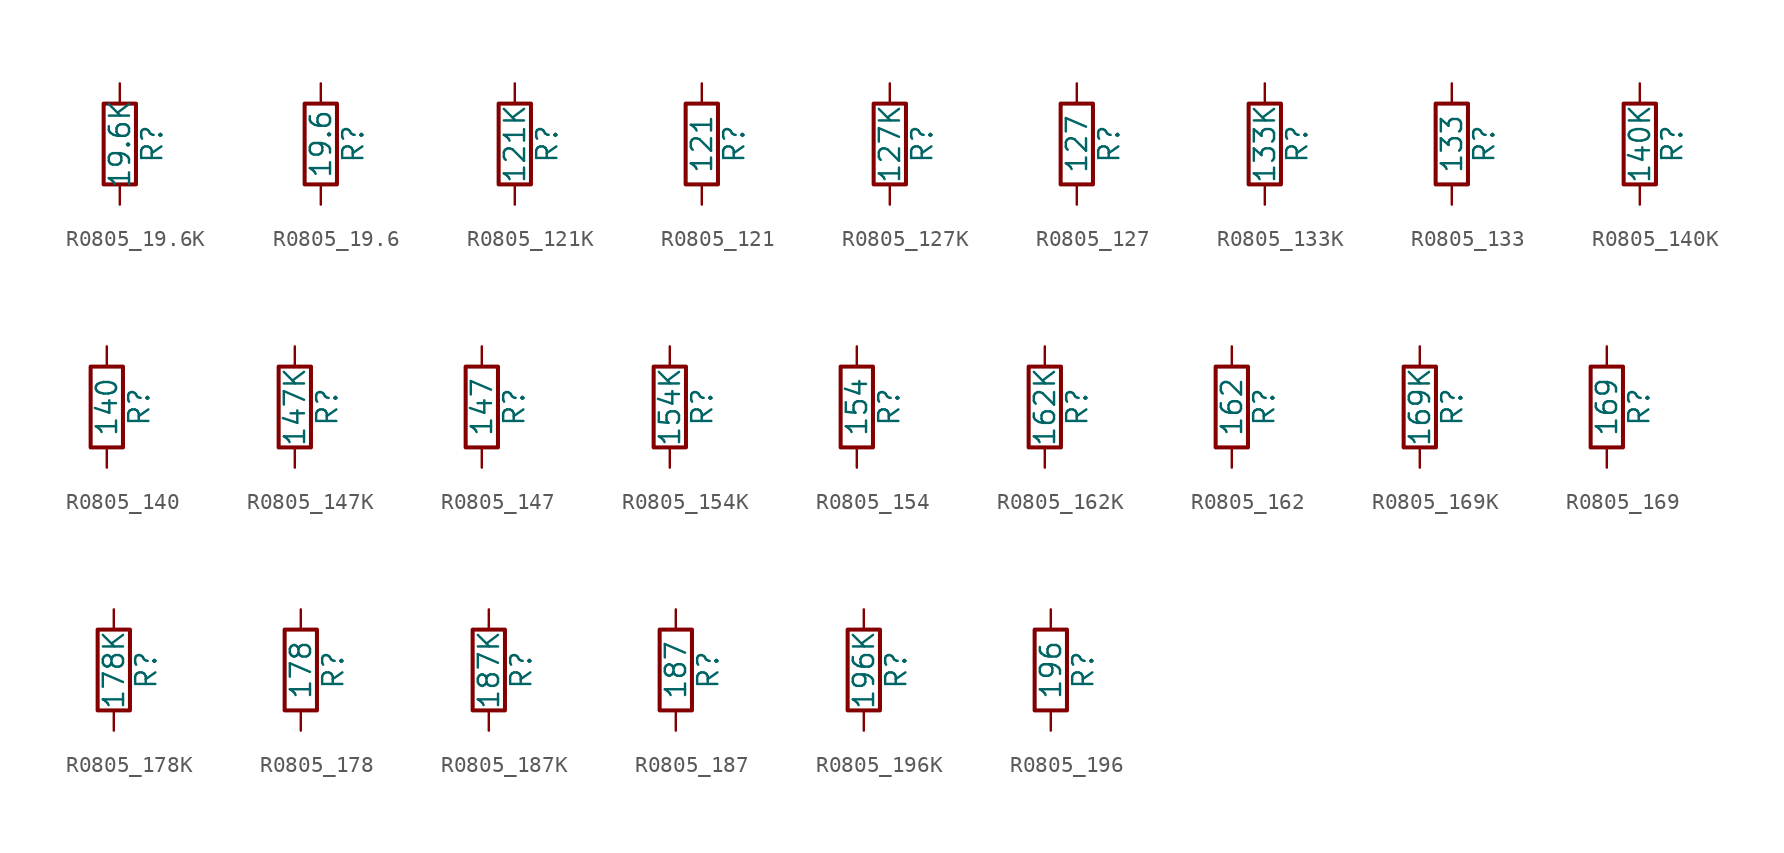
<source format=kicad_sym>
(kicad_symbol_lib
  (version 20211014)
  (generator atlantix-eda)
  (symbol "R0805_19.6K"
    (pin_numbers hide)
    (pin_names
      (offset 0))
    (property "Reference" "R"
      (at 2.032 0 90)
      (effects (font (size 1.27 1.27))))
    (property "Value" "19.6K"
      (at 0 0 90)
      (effects (font (size 1.27 1.27))))
    (symbol "R0805_19.6K_0_1"
      (rectangle (start -1.016 -2.54) (end 1.016 2.54) (stroke (width 0.254) (type default) (color 0 0 0 0)) (fill (type none))))
    (symbol "R0805_19.6K_1_1"
      (pin passive line (at 0 3.81 270) (length 1.27) (name "~" (effects (font (size 1.27 1.27)))) (number "1" (effects (font (size 1.27 1.27)))))
      (pin passive line (at 0 -3.81 90) (length 1.27) (name "~" (effects (font (size 1.27 1.27)))) (number "2" (effects (font (size 1.27 1.27)))))))
  (symbol "R0805_19.6"
    (pin_numbers hide)
    (pin_names
      (offset 0))
    (property "Reference" "R"
      (at 2.032 0 90)
      (effects (font (size 1.27 1.27))))
    (property "Value" "19.6"
      (at 0 0 90)
      (effects (font (size 1.27 1.27))))
    (symbol "R0805_19.6_0_1"
      (rectangle (start -1.016 -2.54) (end 1.016 2.54) (stroke (width 0.254) (type default) (color 0 0 0 0)) (fill (type none))))
    (symbol "R0805_19.6_1_1"
      (pin passive line (at 0 3.81 270) (length 1.27) (name "~" (effects (font (size 1.27 1.27)))) (number "1" (effects (font (size 1.27 1.27)))))
      (pin passive line (at 0 -3.81 90) (length 1.27) (name "~" (effects (font (size 1.27 1.27)))) (number "2" (effects (font (size 1.27 1.27)))))))
  (symbol "R0805_121K"
    (pin_numbers hide)
    (pin_names
      (offset 0))
    (property "Reference" "R"
      (at 2.032 0 90)
      (effects (font (size 1.27 1.27))))
    (property "Value" "121K"
      (at 0 0 90)
      (effects (font (size 1.27 1.27))))
    (symbol "R0805_121K_0_1"
      (rectangle (start -1.016 -2.54) (end 1.016 2.54) (stroke (width 0.254) (type default) (color 0 0 0 0)) (fill (type none))))
    (symbol "R0805_121K_1_1"
      (pin passive line (at 0 3.81 270) (length 1.27) (name "~" (effects (font (size 1.27 1.27)))) (number "1" (effects (font (size 1.27 1.27)))))
      (pin passive line (at 0 -3.81 90) (length 1.27) (name "~" (effects (font (size 1.27 1.27)))) (number "2" (effects (font (size 1.27 1.27)))))))
  (symbol "R0805_121"
    (pin_numbers hide)
    (pin_names
      (offset 0))
    (property "Reference" "R"
      (at 2.032 0 90)
      (effects (font (size 1.27 1.27))))
    (property "Value" "121"
      (at 0 0 90)
      (effects (font (size 1.27 1.27))))
    (symbol "R0805_121_0_1"
      (rectangle (start -1.016 -2.54) (end 1.016 2.54) (stroke (width 0.254) (type default) (color 0 0 0 0)) (fill (type none))))
    (symbol "R0805_121_1_1"
      (pin passive line (at 0 3.81 270) (length 1.27) (name "~" (effects (font (size 1.27 1.27)))) (number "1" (effects (font (size 1.27 1.27)))))
      (pin passive line (at 0 -3.81 90) (length 1.27) (name "~" (effects (font (size 1.27 1.27)))) (number "2" (effects (font (size 1.27 1.27)))))))
  (symbol "R0805_127K"
    (pin_numbers hide)
    (pin_names
      (offset 0))
    (property "Reference" "R"
      (at 2.032 0 90)
      (effects (font (size 1.27 1.27))))
    (property "Value" "127K"
      (at 0 0 90)
      (effects (font (size 1.27 1.27))))
    (symbol "R0805_127K_0_1"
      (rectangle (start -1.016 -2.54) (end 1.016 2.54) (stroke (width 0.254) (type default) (color 0 0 0 0)) (fill (type none))))
    (symbol "R0805_127K_1_1"
      (pin passive line (at 0 3.81 270) (length 1.27) (name "~" (effects (font (size 1.27 1.27)))) (number "1" (effects (font (size 1.27 1.27)))))
      (pin passive line (at 0 -3.81 90) (length 1.27) (name "~" (effects (font (size 1.27 1.27)))) (number "2" (effects (font (size 1.27 1.27)))))))
  (symbol "R0805_127"
    (pin_numbers hide)
    (pin_names
      (offset 0))
    (property "Reference" "R"
      (at 2.032 0 90)
      (effects (font (size 1.27 1.27))))
    (property "Value" "127"
      (at 0 0 90)
      (effects (font (size 1.27 1.27))))
    (symbol "R0805_127_0_1"
      (rectangle (start -1.016 -2.54) (end 1.016 2.54) (stroke (width 0.254) (type default) (color 0 0 0 0)) (fill (type none))))
    (symbol "R0805_127_1_1"
      (pin passive line (at 0 3.81 270) (length 1.27) (name "~" (effects (font (size 1.27 1.27)))) (number "1" (effects (font (size 1.27 1.27)))))
      (pin passive line (at 0 -3.81 90) (length 1.27) (name "~" (effects (font (size 1.27 1.27)))) (number "2" (effects (font (size 1.27 1.27)))))))
  (symbol "R0805_133K"
    (pin_numbers hide)
    (pin_names
      (offset 0))
    (property "Reference" "R"
      (at 2.032 0 90)
      (effects (font (size 1.27 1.27))))
    (property "Value" "133K"
      (at 0 0 90)
      (effects (font (size 1.27 1.27))))
    (symbol "R0805_133K_0_1"
      (rectangle (start -1.016 -2.54) (end 1.016 2.54) (stroke (width 0.254) (type default) (color 0 0 0 0)) (fill (type none))))
    (symbol "R0805_133K_1_1"
      (pin passive line (at 0 3.81 270) (length 1.27) (name "~" (effects (font (size 1.27 1.27)))) (number "1" (effects (font (size 1.27 1.27)))))
      (pin passive line (at 0 -3.81 90) (length 1.27) (name "~" (effects (font (size 1.27 1.27)))) (number "2" (effects (font (size 1.27 1.27)))))))
  (symbol "R0805_133"
    (pin_numbers hide)
    (pin_names
      (offset 0))
    (property "Reference" "R"
      (at 2.032 0 90)
      (effects (font (size 1.27 1.27))))
    (property "Value" "133"
      (at 0 0 90)
      (effects (font (size 1.27 1.27))))
    (symbol "R0805_133_0_1"
      (rectangle (start -1.016 -2.54) (end 1.016 2.54) (stroke (width 0.254) (type default) (color 0 0 0 0)) (fill (type none))))
    (symbol "R0805_133_1_1"
      (pin passive line (at 0 3.81 270) (length 1.27) (name "~" (effects (font (size 1.27 1.27)))) (number "1" (effects (font (size 1.27 1.27)))))
      (pin passive line (at 0 -3.81 90) (length 1.27) (name "~" (effects (font (size 1.27 1.27)))) (number "2" (effects (font (size 1.27 1.27)))))))
  (symbol "R0805_140K"
    (pin_numbers hide)
    (pin_names
      (offset 0))
    (property "Reference" "R"
      (at 2.032 0 90)
      (effects (font (size 1.27 1.27))))
    (property "Value" "140K"
      (at 0 0 90)
      (effects (font (size 1.27 1.27))))
    (symbol "R0805_140K_0_1"
      (rectangle (start -1.016 -2.54) (end 1.016 2.54) (stroke (width 0.254) (type default) (color 0 0 0 0)) (fill (type none))))
    (symbol "R0805_140K_1_1"
      (pin passive line (at 0 3.81 270) (length 1.27) (name "~" (effects (font (size 1.27 1.27)))) (number "1" (effects (font (size 1.27 1.27)))))
      (pin passive line (at 0 -3.81 90) (length 1.27) (name "~" (effects (font (size 1.27 1.27)))) (number "2" (effects (font (size 1.27 1.27)))))))
  (symbol "R0805_140"
    (pin_numbers hide)
    (pin_names
      (offset 0))
    (property "Reference" "R"
      (at 2.032 0 90)
      (effects (font (size 1.27 1.27))))
    (property "Value" "140"
      (at 0 0 90)
      (effects (font (size 1.27 1.27))))
    (symbol "R0805_140_0_1"
      (rectangle (start -1.016 -2.54) (end 1.016 2.54) (stroke (width 0.254) (type default) (color 0 0 0 0)) (fill (type none))))
    (symbol "R0805_140_1_1"
      (pin passive line (at 0 3.81 270) (length 1.27) (name "~" (effects (font (size 1.27 1.27)))) (number "1" (effects (font (size 1.27 1.27)))))
      (pin passive line (at 0 -3.81 90) (length 1.27) (name "~" (effects (font (size 1.27 1.27)))) (number "2" (effects (font (size 1.27 1.27)))))))
  (symbol "R0805_147K"
    (pin_numbers hide)
    (pin_names
      (offset 0))
    (property "Reference" "R"
      (at 2.032 0 90)
      (effects (font (size 1.27 1.27))))
    (property "Value" "147K"
      (at 0 0 90)
      (effects (font (size 1.27 1.27))))
    (symbol "R0805_147K_0_1"
      (rectangle (start -1.016 -2.54) (end 1.016 2.54) (stroke (width 0.254) (type default) (color 0 0 0 0)) (fill (type none))))
    (symbol "R0805_147K_1_1"
      (pin passive line (at 0 3.81 270) (length 1.27) (name "~" (effects (font (size 1.27 1.27)))) (number "1" (effects (font (size 1.27 1.27)))))
      (pin passive line (at 0 -3.81 90) (length 1.27) (name "~" (effects (font (size 1.27 1.27)))) (number "2" (effects (font (size 1.27 1.27)))))))
  (symbol "R0805_147"
    (pin_numbers hide)
    (pin_names
      (offset 0))
    (property "Reference" "R"
      (at 2.032 0 90)
      (effects (font (size 1.27 1.27))))
    (property "Value" "147"
      (at 0 0 90)
      (effects (font (size 1.27 1.27))))
    (symbol "R0805_147_0_1"
      (rectangle (start -1.016 -2.54) (end 1.016 2.54) (stroke (width 0.254) (type default) (color 0 0 0 0)) (fill (type none))))
    (symbol "R0805_147_1_1"
      (pin passive line (at 0 3.81 270) (length 1.27) (name "~" (effects (font (size 1.27 1.27)))) (number "1" (effects (font (size 1.27 1.27)))))
      (pin passive line (at 0 -3.81 90) (length 1.27) (name "~" (effects (font (size 1.27 1.27)))) (number "2" (effects (font (size 1.27 1.27)))))))
  (symbol "R0805_154K"
    (pin_numbers hide)
    (pin_names
      (offset 0))
    (property "Reference" "R"
      (at 2.032 0 90)
      (effects (font (size 1.27 1.27))))
    (property "Value" "154K"
      (at 0 0 90)
      (effects (font (size 1.27 1.27))))
    (symbol "R0805_154K_0_1"
      (rectangle (start -1.016 -2.54) (end 1.016 2.54) (stroke (width 0.254) (type default) (color 0 0 0 0)) (fill (type none))))
    (symbol "R0805_154K_1_1"
      (pin passive line (at 0 3.81 270) (length 1.27) (name "~" (effects (font (size 1.27 1.27)))) (number "1" (effects (font (size 1.27 1.27)))))
      (pin passive line (at 0 -3.81 90) (length 1.27) (name "~" (effects (font (size 1.27 1.27)))) (number "2" (effects (font (size 1.27 1.27)))))))
  (symbol "R0805_154"
    (pin_numbers hide)
    (pin_names
      (offset 0))
    (property "Reference" "R"
      (at 2.032 0 90)
      (effects (font (size 1.27 1.27))))
    (property "Value" "154"
      (at 0 0 90)
      (effects (font (size 1.27 1.27))))
    (symbol "R0805_154_0_1"
      (rectangle (start -1.016 -2.54) (end 1.016 2.54) (stroke (width 0.254) (type default) (color 0 0 0 0)) (fill (type none))))
    (symbol "R0805_154_1_1"
      (pin passive line (at 0 3.81 270) (length 1.27) (name "~" (effects (font (size 1.27 1.27)))) (number "1" (effects (font (size 1.27 1.27)))))
      (pin passive line (at 0 -3.81 90) (length 1.27) (name "~" (effects (font (size 1.27 1.27)))) (number "2" (effects (font (size 1.27 1.27)))))))
  (symbol "R0805_162K"
    (pin_numbers hide)
    (pin_names
      (offset 0))
    (property "Reference" "R"
      (at 2.032 0 90)
      (effects (font (size 1.27 1.27))))
    (property "Value" "162K"
      (at 0 0 90)
      (effects (font (size 1.27 1.27))))
    (symbol "R0805_162K_0_1"
      (rectangle (start -1.016 -2.54) (end 1.016 2.54) (stroke (width 0.254) (type default) (color 0 0 0 0)) (fill (type none))))
    (symbol "R0805_162K_1_1"
      (pin passive line (at 0 3.81 270) (length 1.27) (name "~" (effects (font (size 1.27 1.27)))) (number "1" (effects (font (size 1.27 1.27)))))
      (pin passive line (at 0 -3.81 90) (length 1.27) (name "~" (effects (font (size 1.27 1.27)))) (number "2" (effects (font (size 1.27 1.27)))))))
  (symbol "R0805_162"
    (pin_numbers hide)
    (pin_names
      (offset 0))
    (property "Reference" "R"
      (at 2.032 0 90)
      (effects (font (size 1.27 1.27))))
    (property "Value" "162"
      (at 0 0 90)
      (effects (font (size 1.27 1.27))))
    (symbol "R0805_162_0_1"
      (rectangle (start -1.016 -2.54) (end 1.016 2.54) (stroke (width 0.254) (type default) (color 0 0 0 0)) (fill (type none))))
    (symbol "R0805_162_1_1"
      (pin passive line (at 0 3.81 270) (length 1.27) (name "~" (effects (font (size 1.27 1.27)))) (number "1" (effects (font (size 1.27 1.27)))))
      (pin passive line (at 0 -3.81 90) (length 1.27) (name "~" (effects (font (size 1.27 1.27)))) (number "2" (effects (font (size 1.27 1.27)))))))
  (symbol "R0805_169K"
    (pin_numbers hide)
    (pin_names
      (offset 0))
    (property "Reference" "R"
      (at 2.032 0 90)
      (effects (font (size 1.27 1.27))))
    (property "Value" "169K"
      (at 0 0 90)
      (effects (font (size 1.27 1.27))))
    (symbol "R0805_169K_0_1"
      (rectangle (start -1.016 -2.54) (end 1.016 2.54) (stroke (width 0.254) (type default) (color 0 0 0 0)) (fill (type none))))
    (symbol "R0805_169K_1_1"
      (pin passive line (at 0 3.81 270) (length 1.27) (name "~" (effects (font (size 1.27 1.27)))) (number "1" (effects (font (size 1.27 1.27)))))
      (pin passive line (at 0 -3.81 90) (length 1.27) (name "~" (effects (font (size 1.27 1.27)))) (number "2" (effects (font (size 1.27 1.27)))))))
  (symbol "R0805_169"
    (pin_numbers hide)
    (pin_names
      (offset 0))
    (property "Reference" "R"
      (at 2.032 0 90)
      (effects (font (size 1.27 1.27))))
    (property "Value" "169"
      (at 0 0 90)
      (effects (font (size 1.27 1.27))))
    (symbol "R0805_169_0_1"
      (rectangle (start -1.016 -2.54) (end 1.016 2.54) (stroke (width 0.254) (type default) (color 0 0 0 0)) (fill (type none))))
    (symbol "R0805_169_1_1"
      (pin passive line (at 0 3.81 270) (length 1.27) (name "~" (effects (font (size 1.27 1.27)))) (number "1" (effects (font (size 1.27 1.27)))))
      (pin passive line (at 0 -3.81 90) (length 1.27) (name "~" (effects (font (size 1.27 1.27)))) (number "2" (effects (font (size 1.27 1.27)))))))
  (symbol "R0805_178K"
    (pin_numbers hide)
    (pin_names
      (offset 0))
    (property "Reference" "R"
      (at 2.032 0 90)
      (effects (font (size 1.27 1.27))))
    (property "Value" "178K"
      (at 0 0 90)
      (effects (font (size 1.27 1.27))))
    (symbol "R0805_178K_0_1"
      (rectangle (start -1.016 -2.54) (end 1.016 2.54) (stroke (width 0.254) (type default) (color 0 0 0 0)) (fill (type none))))
    (symbol "R0805_178K_1_1"
      (pin passive line (at 0 3.81 270) (length 1.27) (name "~" (effects (font (size 1.27 1.27)))) (number "1" (effects (font (size 1.27 1.27)))))
      (pin passive line (at 0 -3.81 90) (length 1.27) (name "~" (effects (font (size 1.27 1.27)))) (number "2" (effects (font (size 1.27 1.27)))))))
  (symbol "R0805_178"
    (pin_numbers hide)
    (pin_names
      (offset 0))
    (property "Reference" "R"
      (at 2.032 0 90)
      (effects (font (size 1.27 1.27))))
    (property "Value" "178"
      (at 0 0 90)
      (effects (font (size 1.27 1.27))))
    (symbol "R0805_178_0_1"
      (rectangle (start -1.016 -2.54) (end 1.016 2.54) (stroke (width 0.254) (type default) (color 0 0 0 0)) (fill (type none))))
    (symbol "R0805_178_1_1"
      (pin passive line (at 0 3.81 270) (length 1.27) (name "~" (effects (font (size 1.27 1.27)))) (number "1" (effects (font (size 1.27 1.27)))))
      (pin passive line (at 0 -3.81 90) (length 1.27) (name "~" (effects (font (size 1.27 1.27)))) (number "2" (effects (font (size 1.27 1.27)))))))
  (symbol "R0805_187K"
    (pin_numbers hide)
    (pin_names
      (offset 0))
    (property "Reference" "R"
      (at 2.032 0 90)
      (effects (font (size 1.27 1.27))))
    (property "Value" "187K"
      (at 0 0 90)
      (effects (font (size 1.27 1.27))))
    (symbol "R0805_187K_0_1"
      (rectangle (start -1.016 -2.54) (end 1.016 2.54) (stroke (width 0.254) (type default) (color 0 0 0 0)) (fill (type none))))
    (symbol "R0805_187K_1_1"
      (pin passive line (at 0 3.81 270) (length 1.27) (name "~" (effects (font (size 1.27 1.27)))) (number "1" (effects (font (size 1.27 1.27)))))
      (pin passive line (at 0 -3.81 90) (length 1.27) (name "~" (effects (font (size 1.27 1.27)))) (number "2" (effects (font (size 1.27 1.27)))))))
  (symbol "R0805_187"
    (pin_numbers hide)
    (pin_names
      (offset 0))
    (property "Reference" "R"
      (at 2.032 0 90)
      (effects (font (size 1.27 1.27))))
    (property "Value" "187"
      (at 0 0 90)
      (effects (font (size 1.27 1.27))))
    (symbol "R0805_187_0_1"
      (rectangle (start -1.016 -2.54) (end 1.016 2.54) (stroke (width 0.254) (type default) (color 0 0 0 0)) (fill (type none))))
    (symbol "R0805_187_1_1"
      (pin passive line (at 0 3.81 270) (length 1.27) (name "~" (effects (font (size 1.27 1.27)))) (number "1" (effects (font (size 1.27 1.27)))))
      (pin passive line (at 0 -3.81 90) (length 1.27) (name "~" (effects (font (size 1.27 1.27)))) (number "2" (effects (font (size 1.27 1.27)))))))
  (symbol "R0805_196K"
    (pin_numbers hide)
    (pin_names
      (offset 0))
    (property "Reference" "R"
      (at 2.032 0 90)
      (effects (font (size 1.27 1.27))))
    (property "Value" "196K"
      (at 0 0 90)
      (effects (font (size 1.27 1.27))))
    (symbol "R0805_196K_0_1"
      (rectangle (start -1.016 -2.54) (end 1.016 2.54) (stroke (width 0.254) (type default) (color 0 0 0 0)) (fill (type none))))
    (symbol "R0805_196K_1_1"
      (pin passive line (at 0 3.81 270) (length 1.27) (name "~" (effects (font (size 1.27 1.27)))) (number "1" (effects (font (size 1.27 1.27)))))
      (pin passive line (at 0 -3.81 90) (length 1.27) (name "~" (effects (font (size 1.27 1.27)))) (number "2" (effects (font (size 1.27 1.27)))))))
  (symbol "R0805_196"
    (pin_numbers hide)
    (pin_names
      (offset 0))
    (property "Reference" "R"
      (at 2.032 0 90)
      (effects (font (size 1.27 1.27))))
    (property "Value" "196"
      (at 0 0 90)
      (effects (font (size 1.27 1.27))))
    (symbol "R0805_196_0_1"
      (rectangle (start -1.016 -2.54) (end 1.016 2.54) (stroke (width 0.254) (type default) (color 0 0 0 0)) (fill (type none))))
    (symbol "R0805_196_1_1"
      (pin passive line (at 0 3.81 270) (length 1.27) (name "~" (effects (font (size 1.27 1.27)))) (number "1" (effects (font (size 1.27 1.27)))))
      (pin passive line (at 0 -3.81 90) (length 1.27) (name "~" (effects (font (size 1.27 1.27)))) (number "2" (effects (font (size 1.27 1.27))))))))
</source>
